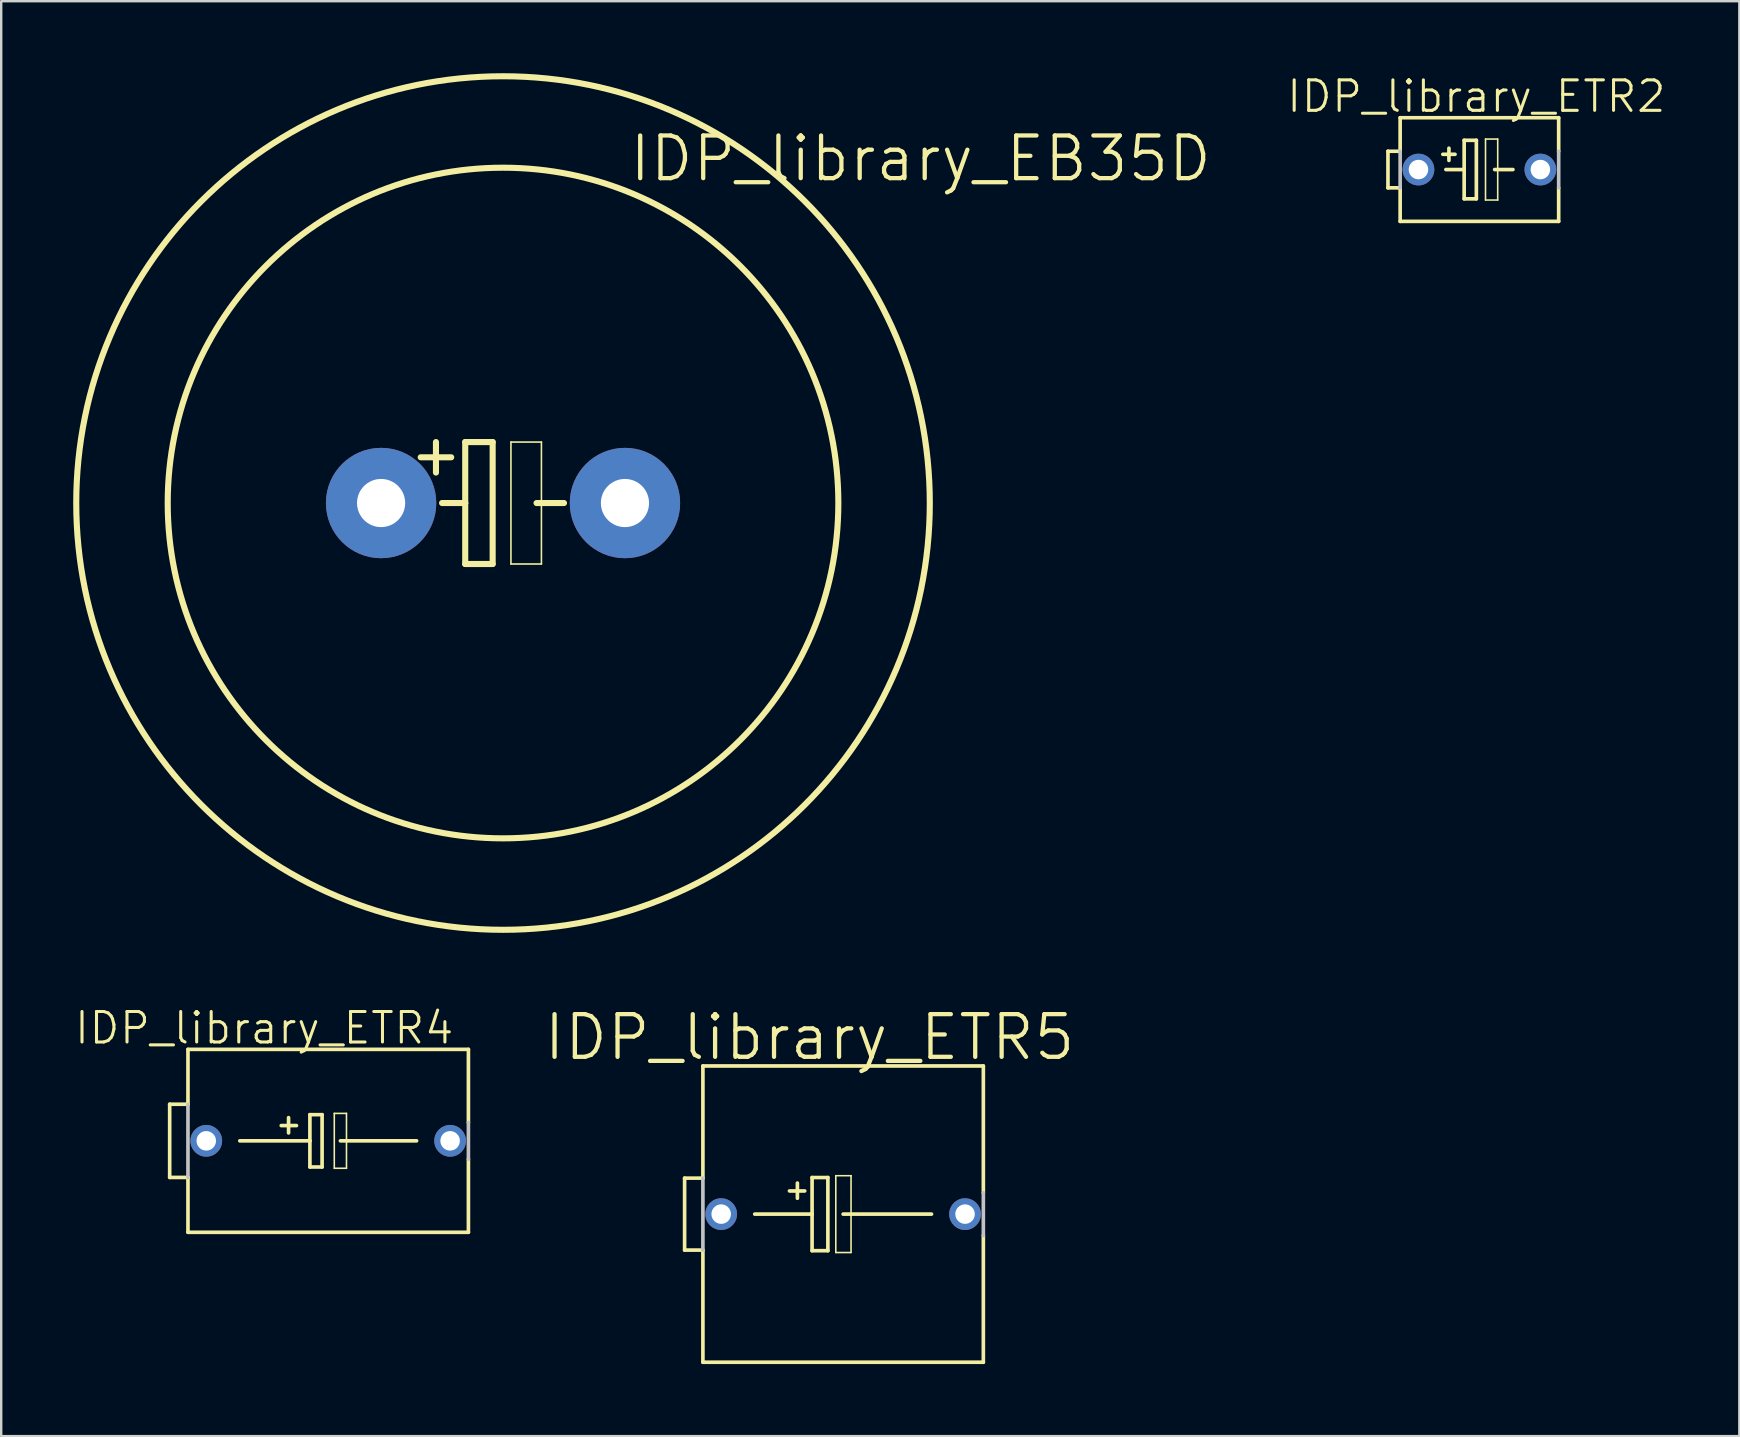
<source format=kicad_pcb>
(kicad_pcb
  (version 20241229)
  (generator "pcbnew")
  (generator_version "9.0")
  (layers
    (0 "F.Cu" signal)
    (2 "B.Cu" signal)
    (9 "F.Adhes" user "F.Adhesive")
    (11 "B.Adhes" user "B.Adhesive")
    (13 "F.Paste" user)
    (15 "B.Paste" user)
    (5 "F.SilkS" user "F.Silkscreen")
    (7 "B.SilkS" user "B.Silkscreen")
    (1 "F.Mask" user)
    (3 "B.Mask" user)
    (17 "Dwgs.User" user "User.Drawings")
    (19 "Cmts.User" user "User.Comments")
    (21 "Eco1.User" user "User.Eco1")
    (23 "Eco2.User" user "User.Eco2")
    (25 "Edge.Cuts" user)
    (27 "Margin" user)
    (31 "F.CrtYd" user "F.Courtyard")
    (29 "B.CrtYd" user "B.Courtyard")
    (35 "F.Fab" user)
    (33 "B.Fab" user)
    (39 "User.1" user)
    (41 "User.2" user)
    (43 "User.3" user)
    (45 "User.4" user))
  (footprint "IDP_library_ETR5"
    (layer "F.Cu")
    (at 32.076 47.532)
    (property "Reference" "IDP_library_ETR5" (at -1.397 -7.366 0) (layer "F.SilkS") (effects (font (size 1.778 1.778) (thickness 0.178))))
    (attr exclude_from_pos_files exclude_from_bom)
    (fp_line (start -6.604 -1.499) (end -6.604 1.499) (stroke (width 0.152) (type solid)) (layer "F.SilkS"))
    (fp_line (start -6.604 1.499) (end -5.842 1.499) (stroke (width 0.152) (type solid)) (layer "F.SilkS"))
    (fp_line (start -5.842 -1.499) (end -6.604 -1.499) (stroke (width 0.152) (type solid)) (layer "F.SilkS"))
    (fp_line (start -5.842 -1.499) (end -5.842 -6.172) (stroke (width 0.152) (type solid)) (layer "F.SilkS"))
    (fp_line (start -5.842 6.172) (end -5.842 1.499) (stroke (width 0.152) (type solid)) (layer "F.SilkS"))
    (fp_line (start -5.842 6.172) (end 5.842 6.172) (stroke (width 0.152) (type solid)) (layer "F.SilkS"))
    (fp_line (start -3.683 0) (end -1.293 0) (stroke (width 0.152) (type solid)) (layer "F.SilkS"))
    (fp_line (start -1.905 -1.293) (end -1.905 -0.66) (stroke (width 0.152) (type solid)) (layer "F.SilkS"))
    (fp_line (start -1.6 -0.965) (end -2.235 -0.965) (stroke (width 0.152) (type solid)) (layer "F.SilkS"))
    (fp_line (start -1.293 -1.524) (end -0.635 -1.524) (stroke (width 0.152) (type solid)) (layer "F.SilkS"))
    (fp_line (start -1.293 0) (end -1.293 -1.524) (stroke (width 0.152) (type solid)) (layer "F.SilkS"))
    (fp_line (start -1.293 1.524) (end -1.293 0) (stroke (width 0.152) (type solid)) (layer "F.SilkS"))
    (fp_line (start -0.635 -1.524) (end -0.635 1.524) (stroke (width 0.152) (type solid)) (layer "F.SilkS"))
    (fp_line (start -0.635 1.524) (end -1.293 1.524) (stroke (width 0.152) (type solid)) (layer "F.SilkS"))
    (fp_line (start -0.305 -1.6) (end 0.33 -1.6) (stroke (width 0.066) (type solid)) (layer "F.SilkS"))
    (fp_line (start -0.305 1.6) (end -0.305 -1.6) (stroke (width 0.066) (type solid)) (layer "F.SilkS"))
    (fp_line (start -0.305 1.6) (end 0.33 1.6) (stroke (width 0.066) (type solid)) (layer "F.SilkS"))
    (fp_line (start 0 0) (end 3.683 0) (stroke (width 0.152) (type solid)) (layer "F.SilkS"))
    (fp_line (start 0.33 1.6) (end 0.33 -1.6) (stroke (width 0.066) (type solid)) (layer "F.SilkS"))
    (fp_line (start 5.842 -6.172) (end -5.842 -6.172) (stroke (width 0.152) (type solid)) (layer "F.SilkS"))
    (fp_line (start 5.842 -0.889) (end 5.842 -6.172) (stroke (width 0.152) (type solid)) (layer "F.SilkS"))
    (fp_line (start 5.842 6.172) (end 5.842 0.889) (stroke (width 0.152) (type solid)) (layer "F.SilkS"))
    (fp_line (start -5.842 1.499) (end -5.842 -1.499) (stroke (width 0.152) (type solid)) (layer "Dwgs.User"))
    (fp_line (start 5.842 -0.889) (end 5.842 0.889) (stroke (width 0.152) (type solid)) (layer "Dwgs.User"))
    (pad "+" thru_hole circle (at -5.08 0) (size 1.321 1.321) (drill 0.813) (layers "*.Cu" "*.Paste" "*.Mask"))
    (pad "-" thru_hole circle (at 5.08 0) (size 1.321 1.321) (drill 0.813) (layers "*.Cu" "*.Paste" "*.Mask")))
  (footprint "IDP_library_EB35D"
    (layer "F.Cu")
    (at 17.907 17.907)
    (property "Reference" "IDP_library_EB35D" (at 17.399 -14.348 0) (layer "F.SilkS") (effects (font (size 1.778 1.778) (thickness 0.178))))
    (attr exclude_from_pos_files exclude_from_bom)
    (fp_line (start -2.794 -2.54) (end -2.794 -1.27) (stroke (width 0.254) (type solid)) (layer "F.SilkS"))
    (fp_line (start -2.54 0) (end -1.575 0) (stroke (width 0.254) (type solid)) (layer "F.SilkS"))
    (fp_line (start -2.159 -1.905) (end -3.429 -1.905) (stroke (width 0.254) (type solid)) (layer "F.SilkS"))
    (fp_line (start -1.575 -2.54) (end -0.432 -2.54) (stroke (width 0.254) (type solid)) (layer "F.SilkS"))
    (fp_line (start -1.575 0) (end -1.575 -2.54) (stroke (width 0.254) (type solid)) (layer "F.SilkS"))
    (fp_line (start -1.575 2.54) (end -1.575 0) (stroke (width 0.254) (type solid)) (layer "F.SilkS"))
    (fp_line (start -0.432 -2.54) (end -0.432 2.54) (stroke (width 0.254) (type solid)) (layer "F.SilkS"))
    (fp_line (start -0.432 2.54) (end -1.575 2.54) (stroke (width 0.254) (type solid)) (layer "F.SilkS"))
    (fp_line (start 0.33 -2.54) (end 1.6 -2.54) (stroke (width 0.066) (type solid)) (layer "F.SilkS"))
    (fp_line (start 0.33 2.54) (end 0.33 -2.54) (stroke (width 0.066) (type solid)) (layer "F.SilkS"))
    (fp_line (start 0.33 2.54) (end 1.6 2.54) (stroke (width 0.066) (type solid)) (layer "F.SilkS"))
    (fp_line (start 1.397 0) (end 2.54 0) (stroke (width 0.254) (type solid)) (layer "F.SilkS"))
    (fp_line (start 1.6 2.54) (end 1.6 -2.54) (stroke (width 0.066) (type solid)) (layer "F.SilkS"))
    (fp_circle (center 0 0) (end 0 -17.78) (stroke (width 0.254) (type solid)) (fill no) (layer "F.SilkS"))
    (fp_circle (center 0 0) (end 0 -13.97) (stroke (width 0.254) (type solid)) (fill no) (layer "F.SilkS"))
    (pad "+" thru_hole circle (at -5.08 0) (size 4.597 4.597) (drill 2.007) (layers "*.Cu" "*.Paste" "*.Mask"))
    (pad "-" thru_hole circle (at 5.08 0) (size 4.597 4.597) (drill 2.007) (layers "*.Cu" "*.Paste" "*.Mask")))
  (footprint "IDP_library_ETR2"
    (layer "F.Cu")
    (at 58.585 4.014)
    (property "Reference" "IDP_library_ETR2" (at -0.127 -3.048 0) (layer "F.SilkS") (effects (font (size 1.27 1.27) (thickness 0.127))))
    (attr exclude_from_pos_files exclude_from_bom)
    (fp_line (start -3.81 -0.762) (end -3.81 0.762) (stroke (width 0.152) (type solid)) (layer "F.SilkS"))
    (fp_line (start -3.81 0.762) (end -3.302 0.762) (stroke (width 0.152) (type solid)) (layer "F.SilkS"))
    (fp_line (start -3.302 -0.762) (end -3.81 -0.762) (stroke (width 0.152) (type solid)) (layer "F.SilkS"))
    (fp_line (start -3.302 -0.762) (end -3.302 -2.159) (stroke (width 0.152) (type solid)) (layer "F.SilkS"))
    (fp_line (start -3.302 2.159) (end -3.302 0.762) (stroke (width 0.152) (type solid)) (layer "F.SilkS"))
    (fp_line (start -3.302 2.159) (end 3.302 2.159) (stroke (width 0.152) (type solid)) (layer "F.SilkS"))
    (fp_line (start -1.524 -0.635) (end -1.016 -0.635) (stroke (width 0.152) (type solid)) (layer "F.SilkS"))
    (fp_line (start -1.397 0) (end -0.635 0) (stroke (width 0.152) (type solid)) (layer "F.SilkS"))
    (fp_line (start -1.27 -0.889) (end -1.27 -0.381) (stroke (width 0.152) (type solid)) (layer "F.SilkS"))
    (fp_line (start -0.635 -1.219) (end -0.635 0) (stroke (width 0.152) (type solid)) (layer "F.SilkS"))
    (fp_line (start -0.635 0) (end -0.635 1.219) (stroke (width 0.152) (type solid)) (layer "F.SilkS"))
    (fp_line (start -0.635 1.219) (end -0.127 1.219) (stroke (width 0.152) (type solid)) (layer "F.SilkS"))
    (fp_line (start -0.127 -1.219) (end -0.635 -1.219) (stroke (width 0.152) (type solid)) (layer "F.SilkS"))
    (fp_line (start -0.127 1.219) (end -0.127 -1.219) (stroke (width 0.152) (type solid)) (layer "F.SilkS"))
    (fp_line (start 0.254 -1.27) (end 0.762 -1.27) (stroke (width 0.066) (type solid)) (layer "F.SilkS"))
    (fp_line (start 0.254 1.27) (end 0.254 -1.27) (stroke (width 0.066) (type solid)) (layer "F.SilkS"))
    (fp_line (start 0.254 1.27) (end 0.762 1.27) (stroke (width 0.066) (type solid)) (layer "F.SilkS"))
    (fp_line (start 0.635 0) (end 1.397 0) (stroke (width 0.152) (type solid)) (layer "F.SilkS"))
    (fp_line (start 0.762 1.27) (end 0.762 -1.27) (stroke (width 0.066) (type solid)) (layer "F.SilkS"))
    (fp_line (start 3.302 -2.159) (end -3.302 -2.159) (stroke (width 0.152) (type solid)) (layer "F.SilkS"))
    (fp_line (start 3.302 -0.762) (end 3.302 -2.159) (stroke (width 0.152) (type solid)) (layer "F.SilkS"))
    (fp_line (start 3.302 2.159) (end 3.302 0.762) (stroke (width 0.152) (type solid)) (layer "F.SilkS"))
    (fp_line (start -3.302 0.762) (end -3.302 -0.762) (stroke (width 0.152) (type solid)) (layer "Dwgs.User"))
    (fp_line (start 3.302 -0.762) (end 3.302 0.762) (stroke (width 0.152) (type solid)) (layer "Dwgs.User"))
    (pad "+" thru_hole circle (at -2.54 0) (size 1.321 1.321) (drill 0.813) (layers "*.Cu" "*.Paste" "*.Mask"))
    (pad "-" thru_hole circle (at 2.54 0) (size 1.321 1.321) (drill 0.813) (layers "*.Cu" "*.Paste" "*.Mask")))
  (footprint "IDP_library_ETR4"
    (layer "F.Cu")
    (at 10.623 44.479)
    (property "Reference" "IDP_library_ETR4" (at -2.667 -4.699 0) (layer "F.SilkS") (effects (font (size 1.27 1.27) (thickness 0.127))))
    (attr exclude_from_pos_files exclude_from_bom)
    (fp_line (start -6.604 -1.524) (end -6.604 1.524) (stroke (width 0.152) (type solid)) (layer "F.SilkS"))
    (fp_line (start -6.604 1.524) (end -5.842 1.524) (stroke (width 0.152) (type solid)) (layer "F.SilkS"))
    (fp_line (start -5.842 -1.524) (end -6.604 -1.524) (stroke (width 0.152) (type solid)) (layer "F.SilkS"))
    (fp_line (start -5.842 -1.524) (end -5.842 -3.81) (stroke (width 0.152) (type solid)) (layer "F.SilkS"))
    (fp_line (start -5.842 3.81) (end -5.842 1.524) (stroke (width 0.152) (type solid)) (layer "F.SilkS"))
    (fp_line (start -5.842 3.81) (end 5.842 3.81) (stroke (width 0.152) (type solid)) (layer "F.SilkS"))
    (fp_line (start -3.683 0) (end -0.762 0) (stroke (width 0.152) (type solid)) (layer "F.SilkS"))
    (fp_line (start -1.651 -0.965) (end -1.651 -0.33) (stroke (width 0.152) (type solid)) (layer "F.SilkS"))
    (fp_line (start -1.321 -0.635) (end -1.956 -0.635) (stroke (width 0.152) (type solid)) (layer "F.SilkS"))
    (fp_line (start -0.762 -1.09) (end -0.762 0) (stroke (width 0.152) (type solid)) (layer "F.SilkS"))
    (fp_line (start -0.762 0) (end -0.762 1.09) (stroke (width 0.152) (type solid)) (layer "F.SilkS"))
    (fp_line (start -0.762 1.09) (end -0.254 1.09) (stroke (width 0.152) (type solid)) (layer "F.SilkS"))
    (fp_line (start -0.254 -1.09) (end -0.762 -1.09) (stroke (width 0.152) (type solid)) (layer "F.SilkS"))
    (fp_line (start -0.254 1.09) (end -0.254 -1.09) (stroke (width 0.152) (type solid)) (layer "F.SilkS"))
    (fp_line (start 0.254 -1.143) (end 0.762 -1.143) (stroke (width 0.066) (type solid)) (layer "F.SilkS"))
    (fp_line (start 0.254 1.143) (end 0.254 -1.143) (stroke (width 0.066) (type solid)) (layer "F.SilkS"))
    (fp_line (start 0.254 1.143) (end 0.762 1.143) (stroke (width 0.066) (type solid)) (layer "F.SilkS"))
    (fp_line (start 0.762 1.143) (end 0.762 -1.143) (stroke (width 0.066) (type solid)) (layer "F.SilkS"))
    (fp_line (start 3.683 0) (end 0.508 0) (stroke (width 0.152) (type solid)) (layer "F.SilkS"))
    (fp_line (start 5.842 -3.81) (end -5.842 -3.81) (stroke (width 0.152) (type solid)) (layer "F.SilkS"))
    (fp_line (start 5.842 -0.762) (end 5.842 -3.81) (stroke (width 0.152) (type solid)) (layer "F.SilkS"))
    (fp_line (start 5.842 3.81) (end 5.842 0.762) (stroke (width 0.152) (type solid)) (layer "F.SilkS"))
    (fp_line (start -5.842 1.524) (end -5.842 -1.524) (stroke (width 0.152) (type solid)) (layer "Dwgs.User"))
    (fp_line (start 5.842 -0.762) (end 5.842 0.762) (stroke (width 0.152) (type solid)) (layer "Dwgs.User"))
    (pad "+" thru_hole circle (at -5.08 0) (size 1.321 1.321) (drill 0.813) (layers "*.Cu" "*.Paste" "*.Mask"))
    (pad "-" thru_hole circle (at 5.08 0) (size 1.321 1.321) (drill 0.813) (layers "*.Cu" "*.Paste" "*.Mask")))
  (gr_rect
    (start -3 -3)
    (end 69.414 56.781)
    (stroke (width 0.1) (type default))
    (fill no)
    (layer "Edge.Cuts")))
</source>
